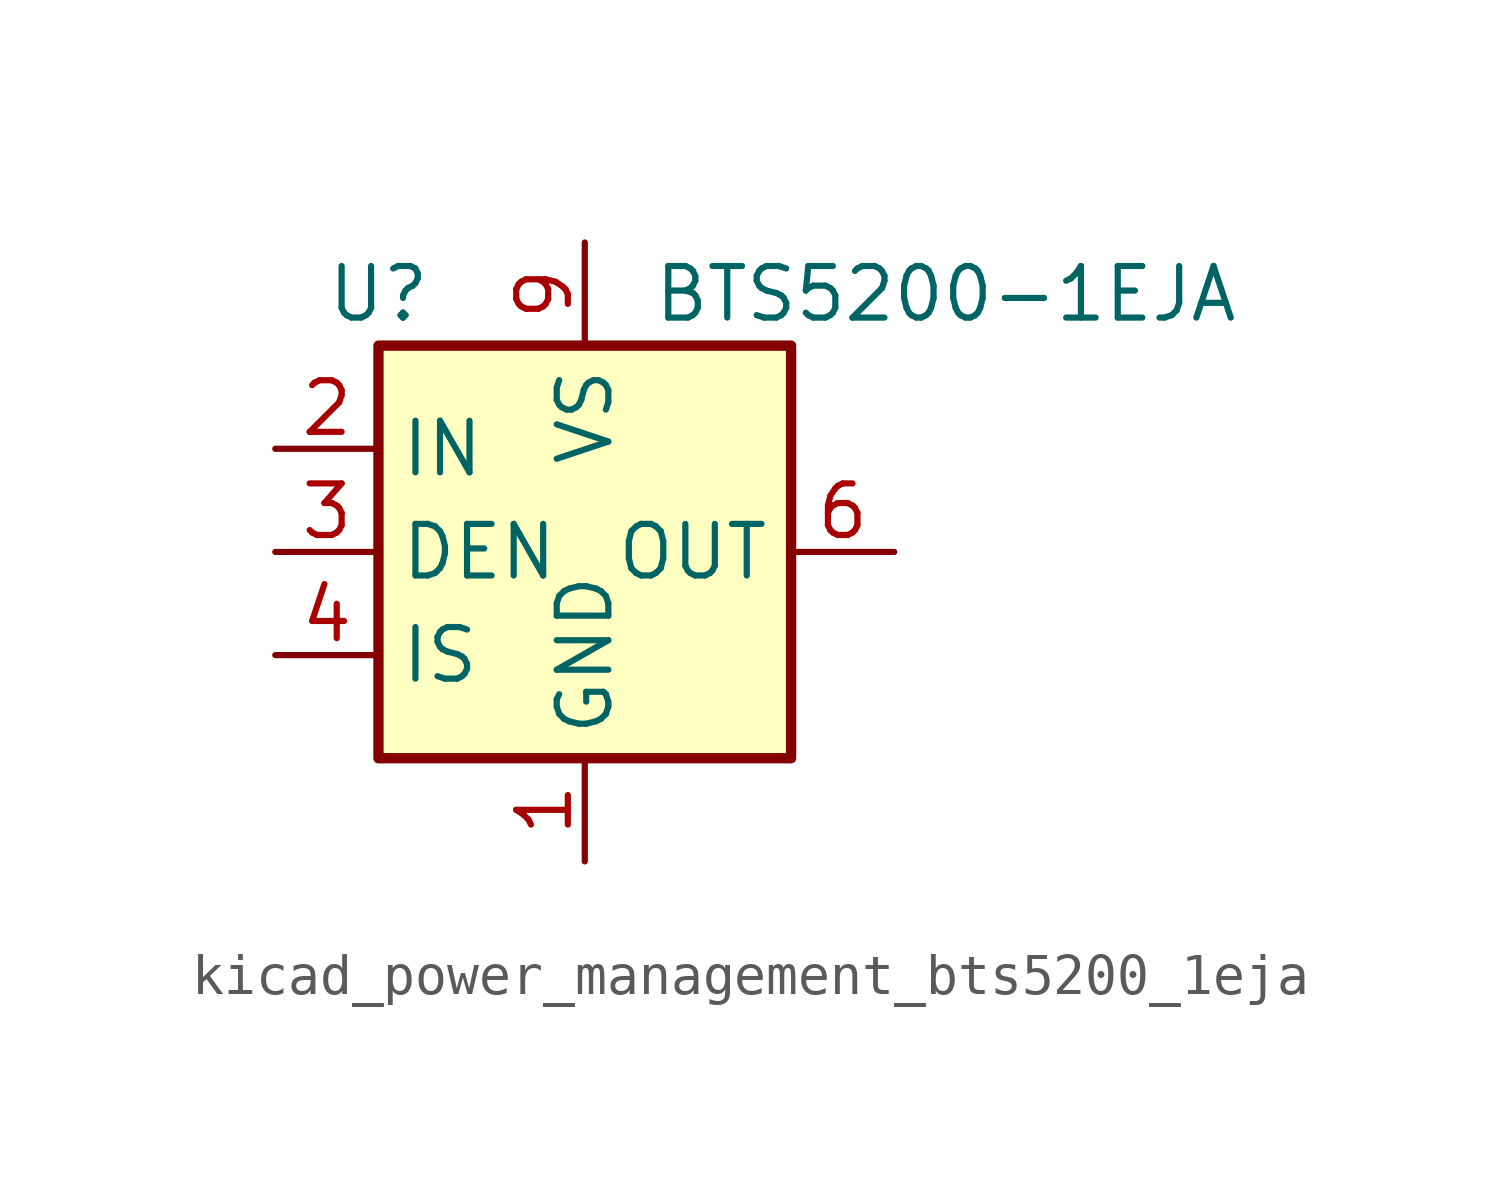
<source format=kicad_sym>
(kicad_symbol_lib
  (version 20220914)
  (generator kicad_symbol_editor)
  (symbol "kicad_power_management_bts5200_1eja"
    (property "Reference" "U"
      (at -5.08 6.35 0)
      (effects (font (size 1.27 1.27))))
    (property "Value" "BTS5200-1EJA"
      (at 8.89 6.35 0)
      (effects (font (size 1.27 1.27))))
    (symbol "kicad_power_management_bts5200_1eja_0_1"
      (rectangle (start -5.08 5.08) (end 5.08 -5.08) (stroke (width 0.254) (type default)) (fill (type background))))
    (symbol "kicad_power_management_bts5200_1eja_1_1"
      (pin power_in line (at 0 -7.62 90) (length 2.54) (name "GND" (effects (font (size 1.27 1.27)))) (number "1" (effects (font (size 1.27 1.27)))))
      (pin input line (at -7.62 2.54 0) (length 2.54) (name "IN" (effects (font (size 1.27 1.27)))) (number "2" (effects (font (size 1.27 1.27)))))
      (pin input line (at -7.62 0 0) (length 2.54) (name "DEN" (effects (font (size 1.27 1.27)))) (number "3" (effects (font (size 1.27 1.27)))))
      (pin output line (at -7.62 -2.54 0) (length 2.54) (name "IS" (effects (font (size 1.27 1.27)))) (number "4" (effects (font (size 1.27 1.27)))))
      (pin no_connect line (at 5.08 2.54 180) (length 2.54) hide (name "NC" (effects (font (size 1.27 1.27)))) (number "5" (effects (font (size 1.27 1.27)))))
      (pin power_out line (at 7.62 0 180) (length 2.54) (name "OUT" (effects (font (size 1.27 1.27)))) (number "6" (effects (font (size 1.27 1.27)))))
      (pin passive line (at 7.62 0 180) (length 2.54) hide (name "OUT" (effects (font (size 1.27 1.27)))) (number "7" (effects (font (size 1.27 1.27)))))
      (pin passive line (at 7.62 0 180) (length 2.54) hide (name "OUT" (effects (font (size 1.27 1.27)))) (number "8" (effects (font (size 1.27 1.27)))))
      (pin power_in line (at 0 7.62 270) (length 2.54) (name "VS" (effects (font (size 1.27 1.27)))) (number "9" (effects (font (size 1.27 1.27))))))))
</source>
